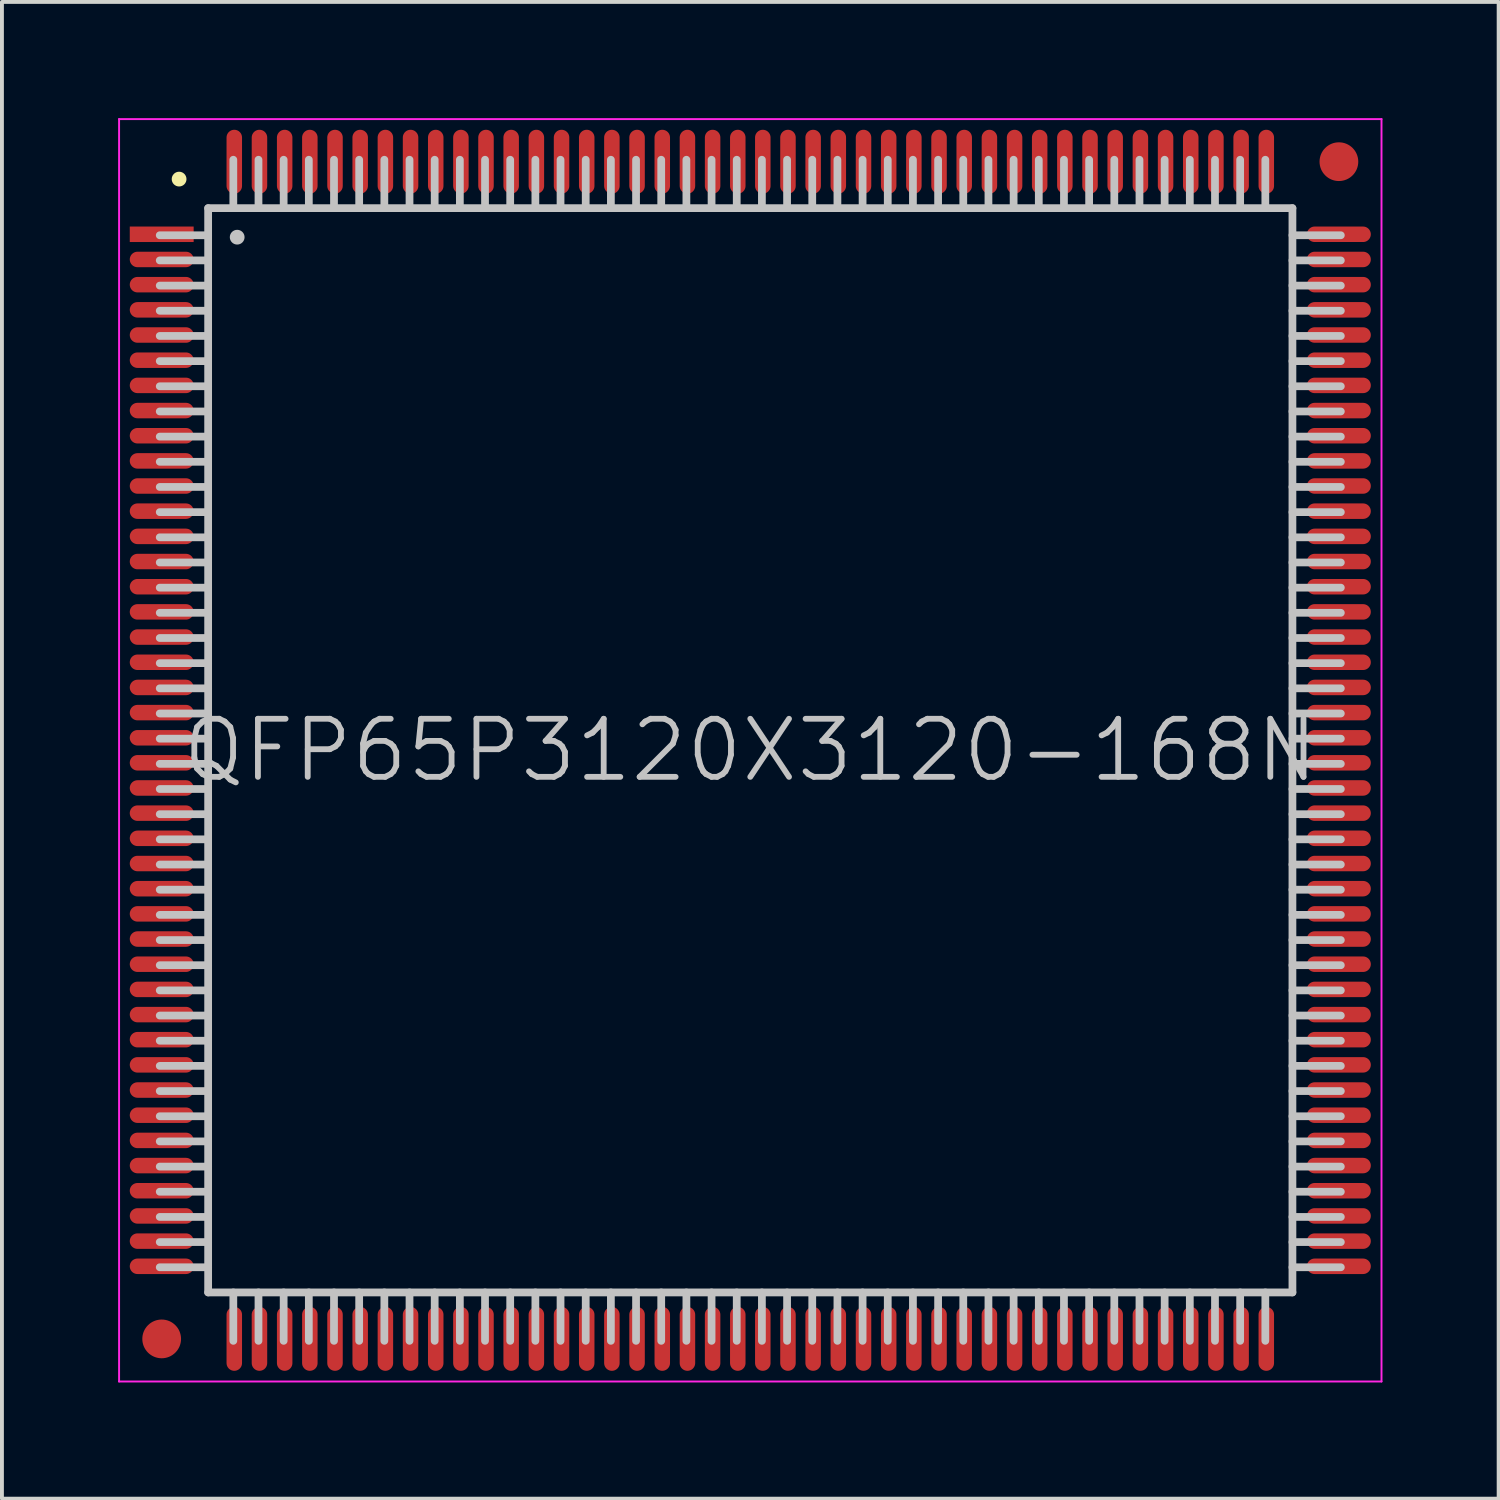
<source format=kicad_pcb>
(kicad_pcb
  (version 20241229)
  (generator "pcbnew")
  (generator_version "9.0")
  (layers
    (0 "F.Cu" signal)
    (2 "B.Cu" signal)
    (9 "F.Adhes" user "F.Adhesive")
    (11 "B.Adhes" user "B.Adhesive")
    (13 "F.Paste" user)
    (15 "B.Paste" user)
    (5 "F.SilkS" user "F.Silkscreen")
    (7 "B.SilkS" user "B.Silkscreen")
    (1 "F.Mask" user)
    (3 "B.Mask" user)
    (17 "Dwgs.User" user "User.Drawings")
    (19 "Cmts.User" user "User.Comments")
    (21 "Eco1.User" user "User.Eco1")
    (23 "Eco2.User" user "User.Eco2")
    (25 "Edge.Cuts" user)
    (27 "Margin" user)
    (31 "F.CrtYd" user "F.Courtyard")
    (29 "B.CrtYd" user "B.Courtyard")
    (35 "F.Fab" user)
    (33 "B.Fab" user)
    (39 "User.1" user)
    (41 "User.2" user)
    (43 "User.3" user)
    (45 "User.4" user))
  (footprint "QFP65P3120X3120-168N"
    (layer "F.Cu")
    (at 16.325 16.325)
    (property "Reference" "QFP65P3120X3120-168N" (at 0 0 0) (layer "Dwgs.User") (effects (font (size 1.5 1.5) (thickness 0.15))))
    (attr smd)
    (fp_line (start -14.75 -14.75) (end -14.75 -14.75) (stroke (width 0.381) (type solid)) (layer "F.SilkS"))
    (fp_line (start -14 -14) (end -14 14) (stroke (width 0.2) (type solid)) (layer "Dwgs.User"))
    (fp_line (start -14 -14) (end 14 -14) (stroke (width 0.2) (type solid)) (layer "Dwgs.User"))
    (fp_line (start -14 -13.3) (end -15.25 -13.3) (stroke (width 0.2) (type solid)) (layer "Dwgs.User"))
    (fp_line (start -14 -12.65) (end -15.25 -12.65) (stroke (width 0.2) (type solid)) (layer "Dwgs.User"))
    (fp_line (start -14 -12) (end -15.25 -12) (stroke (width 0.2) (type solid)) (layer "Dwgs.User"))
    (fp_line (start -14 -11.35) (end -15.25 -11.35) (stroke (width 0.2) (type solid)) (layer "Dwgs.User"))
    (fp_line (start -14 -10.7) (end -15.25 -10.7) (stroke (width 0.2) (type solid)) (layer "Dwgs.User"))
    (fp_line (start -14 -10.05) (end -15.25 -10.05) (stroke (width 0.2) (type solid)) (layer "Dwgs.User"))
    (fp_line (start -14 -9.4) (end -15.25 -9.4) (stroke (width 0.2) (type solid)) (layer "Dwgs.User"))
    (fp_line (start -14 -8.75) (end -15.25 -8.75) (stroke (width 0.2) (type solid)) (layer "Dwgs.User"))
    (fp_line (start -14 -8.1) (end -15.25 -8.1) (stroke (width 0.2) (type solid)) (layer "Dwgs.User"))
    (fp_line (start -14 -7.45) (end -15.25 -7.45) (stroke (width 0.2) (type solid)) (layer "Dwgs.User"))
    (fp_line (start -14 -6.8) (end -15.25 -6.8) (stroke (width 0.2) (type solid)) (layer "Dwgs.User"))
    (fp_line (start -14 -6.15) (end -15.25 -6.15) (stroke (width 0.2) (type solid)) (layer "Dwgs.User"))
    (fp_line (start -14 -5.5) (end -15.25 -5.5) (stroke (width 0.2) (type solid)) (layer "Dwgs.User"))
    (fp_line (start -14 -4.85) (end -15.25 -4.85) (stroke (width 0.2) (type solid)) (layer "Dwgs.User"))
    (fp_line (start -14 -4.2) (end -15.25 -4.2) (stroke (width 0.2) (type solid)) (layer "Dwgs.User"))
    (fp_line (start -14 -3.55) (end -15.25 -3.55) (stroke (width 0.2) (type solid)) (layer "Dwgs.User"))
    (fp_line (start -14 -2.9) (end -15.25 -2.9) (stroke (width 0.2) (type solid)) (layer "Dwgs.User"))
    (fp_line (start -14 -2.25) (end -15.25 -2.25) (stroke (width 0.2) (type solid)) (layer "Dwgs.User"))
    (fp_line (start -14 -1.6) (end -15.25 -1.6) (stroke (width 0.2) (type solid)) (layer "Dwgs.User"))
    (fp_line (start -14 -0.95) (end -15.25 -0.95) (stroke (width 0.2) (type solid)) (layer "Dwgs.User"))
    (fp_line (start -14 -0.3) (end -15.25 -0.3) (stroke (width 0.2) (type solid)) (layer "Dwgs.User"))
    (fp_line (start -14 0.35) (end -15.25 0.35) (stroke (width 0.2) (type solid)) (layer "Dwgs.User"))
    (fp_line (start -14 1) (end -15.25 1) (stroke (width 0.2) (type solid)) (layer "Dwgs.User"))
    (fp_line (start -14 1.65) (end -15.25 1.65) (stroke (width 0.2) (type solid)) (layer "Dwgs.User"))
    (fp_line (start -14 2.3) (end -15.25 2.3) (stroke (width 0.2) (type solid)) (layer "Dwgs.User"))
    (fp_line (start -14 2.95) (end -15.25 2.95) (stroke (width 0.2) (type solid)) (layer "Dwgs.User"))
    (fp_line (start -14 3.6) (end -15.25 3.6) (stroke (width 0.2) (type solid)) (layer "Dwgs.User"))
    (fp_line (start -14 4.25) (end -15.25 4.25) (stroke (width 0.2) (type solid)) (layer "Dwgs.User"))
    (fp_line (start -14 4.9) (end -15.25 4.9) (stroke (width 0.2) (type solid)) (layer "Dwgs.User"))
    (fp_line (start -14 5.55) (end -15.25 5.55) (stroke (width 0.2) (type solid)) (layer "Dwgs.User"))
    (fp_line (start -14 6.2) (end -15.25 6.2) (stroke (width 0.2) (type solid)) (layer "Dwgs.User"))
    (fp_line (start -14 6.85) (end -15.25 6.85) (stroke (width 0.2) (type solid)) (layer "Dwgs.User"))
    (fp_line (start -14 7.5) (end -15.25 7.5) (stroke (width 0.2) (type solid)) (layer "Dwgs.User"))
    (fp_line (start -14 8.15) (end -15.25 8.15) (stroke (width 0.2) (type solid)) (layer "Dwgs.User"))
    (fp_line (start -14 8.8) (end -15.25 8.8) (stroke (width 0.2) (type solid)) (layer "Dwgs.User"))
    (fp_line (start -14 9.45) (end -15.25 9.45) (stroke (width 0.2) (type solid)) (layer "Dwgs.User"))
    (fp_line (start -14 10.1) (end -15.25 10.1) (stroke (width 0.2) (type solid)) (layer "Dwgs.User"))
    (fp_line (start -14 10.75) (end -15.25 10.75) (stroke (width 0.2) (type solid)) (layer "Dwgs.User"))
    (fp_line (start -14 11.4) (end -15.25 11.4) (stroke (width 0.2) (type solid)) (layer "Dwgs.User"))
    (fp_line (start -14 12.05) (end -15.25 12.05) (stroke (width 0.2) (type solid)) (layer "Dwgs.User"))
    (fp_line (start -14 12.7) (end -15.25 12.7) (stroke (width 0.2) (type solid)) (layer "Dwgs.User"))
    (fp_line (start -14 13.35) (end -15.25 13.35) (stroke (width 0.2) (type solid)) (layer "Dwgs.User"))
    (fp_line (start -14 14) (end 14 14) (stroke (width 0.2) (type solid)) (layer "Dwgs.User"))
    (fp_line (start -13.35 -15.25) (end -13.35 -14) (stroke (width 0.2) (type solid)) (layer "Dwgs.User"))
    (fp_line (start -13.35 14) (end -13.35 15.25) (stroke (width 0.2) (type solid)) (layer "Dwgs.User"))
    (fp_line (start -13.25 -13.25) (end -13.25 -13.25) (stroke (width 0.381) (type solid)) (layer "Dwgs.User"))
    (fp_line (start -12.7 -15.25) (end -12.7 -14) (stroke (width 0.2) (type solid)) (layer "Dwgs.User"))
    (fp_line (start -12.7 14) (end -12.7 15.25) (stroke (width 0.2) (type solid)) (layer "Dwgs.User"))
    (fp_line (start -12.05 -15.25) (end -12.05 -14) (stroke (width 0.2) (type solid)) (layer "Dwgs.User"))
    (fp_line (start -12.05 14) (end -12.05 15.25) (stroke (width 0.2) (type solid)) (layer "Dwgs.User"))
    (fp_line (start -11.4 -15.25) (end -11.4 -14) (stroke (width 0.2) (type solid)) (layer "Dwgs.User"))
    (fp_line (start -11.4 14) (end -11.4 15.25) (stroke (width 0.2) (type solid)) (layer "Dwgs.User"))
    (fp_line (start -10.75 -15.25) (end -10.75 -14) (stroke (width 0.2) (type solid)) (layer "Dwgs.User"))
    (fp_line (start -10.75 14) (end -10.75 15.25) (stroke (width 0.2) (type solid)) (layer "Dwgs.User"))
    (fp_line (start -10.1 -15.25) (end -10.1 -14) (stroke (width 0.2) (type solid)) (layer "Dwgs.User"))
    (fp_line (start -10.1 14) (end -10.1 15.25) (stroke (width 0.2) (type solid)) (layer "Dwgs.User"))
    (fp_line (start -9.45 -15.25) (end -9.45 -14) (stroke (width 0.2) (type solid)) (layer "Dwgs.User"))
    (fp_line (start -9.45 14) (end -9.45 15.25) (stroke (width 0.2) (type solid)) (layer "Dwgs.User"))
    (fp_line (start -8.8 -15.25) (end -8.8 -14) (stroke (width 0.2) (type solid)) (layer "Dwgs.User"))
    (fp_line (start -8.8 14) (end -8.8 15.25) (stroke (width 0.2) (type solid)) (layer "Dwgs.User"))
    (fp_line (start -8.15 -15.25) (end -8.15 -14) (stroke (width 0.2) (type solid)) (layer "Dwgs.User"))
    (fp_line (start -8.15 14) (end -8.15 15.25) (stroke (width 0.2) (type solid)) (layer "Dwgs.User"))
    (fp_line (start -7.5 -15.25) (end -7.5 -14) (stroke (width 0.2) (type solid)) (layer "Dwgs.User"))
    (fp_line (start -7.5 14) (end -7.5 15.25) (stroke (width 0.2) (type solid)) (layer "Dwgs.User"))
    (fp_line (start -6.85 -15.25) (end -6.85 -14) (stroke (width 0.2) (type solid)) (layer "Dwgs.User"))
    (fp_line (start -6.85 14) (end -6.85 15.25) (stroke (width 0.2) (type solid)) (layer "Dwgs.User"))
    (fp_line (start -6.2 -15.25) (end -6.2 -14) (stroke (width 0.2) (type solid)) (layer "Dwgs.User"))
    (fp_line (start -6.2 14) (end -6.2 15.25) (stroke (width 0.2) (type solid)) (layer "Dwgs.User"))
    (fp_line (start -5.55 -15.25) (end -5.55 -14) (stroke (width 0.2) (type solid)) (layer "Dwgs.User"))
    (fp_line (start -5.55 14) (end -5.55 15.25) (stroke (width 0.2) (type solid)) (layer "Dwgs.User"))
    (fp_line (start -4.9 -15.25) (end -4.9 -14) (stroke (width 0.2) (type solid)) (layer "Dwgs.User"))
    (fp_line (start -4.9 14) (end -4.9 15.25) (stroke (width 0.2) (type solid)) (layer "Dwgs.User"))
    (fp_line (start -4.25 -15.25) (end -4.25 -14) (stroke (width 0.2) (type solid)) (layer "Dwgs.User"))
    (fp_line (start -4.25 14) (end -4.25 15.25) (stroke (width 0.2) (type solid)) (layer "Dwgs.User"))
    (fp_line (start -3.6 -15.25) (end -3.6 -14) (stroke (width 0.2) (type solid)) (layer "Dwgs.User"))
    (fp_line (start -3.6 14) (end -3.6 15.25) (stroke (width 0.2) (type solid)) (layer "Dwgs.User"))
    (fp_line (start -2.95 -15.25) (end -2.95 -14) (stroke (width 0.2) (type solid)) (layer "Dwgs.User"))
    (fp_line (start -2.95 14) (end -2.95 15.25) (stroke (width 0.2) (type solid)) (layer "Dwgs.User"))
    (fp_line (start -2.3 -15.25) (end -2.3 -14) (stroke (width 0.2) (type solid)) (layer "Dwgs.User"))
    (fp_line (start -2.3 14) (end -2.3 15.25) (stroke (width 0.2) (type solid)) (layer "Dwgs.User"))
    (fp_line (start -1.65 -15.25) (end -1.65 -14) (stroke (width 0.2) (type solid)) (layer "Dwgs.User"))
    (fp_line (start -1.65 14) (end -1.65 15.25) (stroke (width 0.2) (type solid)) (layer "Dwgs.User"))
    (fp_line (start -1 -15.25) (end -1 -14) (stroke (width 0.2) (type solid)) (layer "Dwgs.User"))
    (fp_line (start -1 14) (end -1 15.25) (stroke (width 0.2) (type solid)) (layer "Dwgs.User"))
    (fp_line (start -0.35 -15.25) (end -0.35 -14) (stroke (width 0.2) (type solid)) (layer "Dwgs.User"))
    (fp_line (start -0.35 14) (end -0.35 15.25) (stroke (width 0.2) (type solid)) (layer "Dwgs.User"))
    (fp_line (start 0.3 -15.25) (end 0.3 -14) (stroke (width 0.2) (type solid)) (layer "Dwgs.User"))
    (fp_line (start 0.3 14) (end 0.3 15.25) (stroke (width 0.2) (type solid)) (layer "Dwgs.User"))
    (fp_line (start 0.95 -15.25) (end 0.95 -14) (stroke (width 0.2) (type solid)) (layer "Dwgs.User"))
    (fp_line (start 0.95 14) (end 0.95 15.25) (stroke (width 0.2) (type solid)) (layer "Dwgs.User"))
    (fp_line (start 1.6 -15.25) (end 1.6 -14) (stroke (width 0.2) (type solid)) (layer "Dwgs.User"))
    (fp_line (start 1.6 14) (end 1.6 15.25) (stroke (width 0.2) (type solid)) (layer "Dwgs.User"))
    (fp_line (start 2.25 -15.25) (end 2.25 -14) (stroke (width 0.2) (type solid)) (layer "Dwgs.User"))
    (fp_line (start 2.25 14) (end 2.25 15.25) (stroke (width 0.2) (type solid)) (layer "Dwgs.User"))
    (fp_line (start 2.9 -15.25) (end 2.9 -14) (stroke (width 0.2) (type solid)) (layer "Dwgs.User"))
    (fp_line (start 2.9 14) (end 2.9 15.25) (stroke (width 0.2) (type solid)) (layer "Dwgs.User"))
    (fp_line (start 3.55 -15.25) (end 3.55 -14) (stroke (width 0.2) (type solid)) (layer "Dwgs.User"))
    (fp_line (start 3.55 14) (end 3.55 15.25) (stroke (width 0.2) (type solid)) (layer "Dwgs.User"))
    (fp_line (start 4.2 -15.25) (end 4.2 -14) (stroke (width 0.2) (type solid)) (layer "Dwgs.User"))
    (fp_line (start 4.2 14) (end 4.2 15.25) (stroke (width 0.2) (type solid)) (layer "Dwgs.User"))
    (fp_line (start 4.85 -15.25) (end 4.85 -14) (stroke (width 0.2) (type solid)) (layer "Dwgs.User"))
    (fp_line (start 4.85 14) (end 4.85 15.25) (stroke (width 0.2) (type solid)) (layer "Dwgs.User"))
    (fp_line (start 5.5 -15.25) (end 5.5 -14) (stroke (width 0.2) (type solid)) (layer "Dwgs.User"))
    (fp_line (start 5.5 14) (end 5.5 15.25) (stroke (width 0.2) (type solid)) (layer "Dwgs.User"))
    (fp_line (start 6.15 -15.25) (end 6.15 -14) (stroke (width 0.2) (type solid)) (layer "Dwgs.User"))
    (fp_line (start 6.15 14) (end 6.15 15.25) (stroke (width 0.2) (type solid)) (layer "Dwgs.User"))
    (fp_line (start 6.8 -15.25) (end 6.8 -14) (stroke (width 0.2) (type solid)) (layer "Dwgs.User"))
    (fp_line (start 6.8 14) (end 6.8 15.25) (stroke (width 0.2) (type solid)) (layer "Dwgs.User"))
    (fp_line (start 7.45 -15.25) (end 7.45 -14) (stroke (width 0.2) (type solid)) (layer "Dwgs.User"))
    (fp_line (start 7.45 14) (end 7.45 15.25) (stroke (width 0.2) (type solid)) (layer "Dwgs.User"))
    (fp_line (start 8.1 -15.25) (end 8.1 -14) (stroke (width 0.2) (type solid)) (layer "Dwgs.User"))
    (fp_line (start 8.1 14) (end 8.1 15.25) (stroke (width 0.2) (type solid)) (layer "Dwgs.User"))
    (fp_line (start 8.75 -15.25) (end 8.75 -14) (stroke (width 0.2) (type solid)) (layer "Dwgs.User"))
    (fp_line (start 8.75 14) (end 8.75 15.25) (stroke (width 0.2) (type solid)) (layer "Dwgs.User"))
    (fp_line (start 9.4 -15.25) (end 9.4 -14) (stroke (width 0.2) (type solid)) (layer "Dwgs.User"))
    (fp_line (start 9.4 14) (end 9.4 15.25) (stroke (width 0.2) (type solid)) (layer "Dwgs.User"))
    (fp_line (start 10.05 -15.25) (end 10.05 -14) (stroke (width 0.2) (type solid)) (layer "Dwgs.User"))
    (fp_line (start 10.05 14) (end 10.05 15.25) (stroke (width 0.2) (type solid)) (layer "Dwgs.User"))
    (fp_line (start 10.7 -15.25) (end 10.7 -14) (stroke (width 0.2) (type solid)) (layer "Dwgs.User"))
    (fp_line (start 10.7 14) (end 10.7 15.25) (stroke (width 0.2) (type solid)) (layer "Dwgs.User"))
    (fp_line (start 11.35 -15.25) (end 11.35 -14) (stroke (width 0.2) (type solid)) (layer "Dwgs.User"))
    (fp_line (start 11.35 14) (end 11.35 15.25) (stroke (width 0.2) (type solid)) (layer "Dwgs.User"))
    (fp_line (start 12 -15.25) (end 12 -14) (stroke (width 0.2) (type solid)) (layer "Dwgs.User"))
    (fp_line (start 12 14) (end 12 15.25) (stroke (width 0.2) (type solid)) (layer "Dwgs.User"))
    (fp_line (start 12.65 -15.25) (end 12.65 -14) (stroke (width 0.2) (type solid)) (layer "Dwgs.User"))
    (fp_line (start 12.65 14) (end 12.65 15.25) (stroke (width 0.2) (type solid)) (layer "Dwgs.User"))
    (fp_line (start 13.3 -15.25) (end 13.3 -14) (stroke (width 0.2) (type solid)) (layer "Dwgs.User"))
    (fp_line (start 13.3 14) (end 13.3 15.25) (stroke (width 0.2) (type solid)) (layer "Dwgs.User"))
    (fp_line (start 14 -14) (end 14 14) (stroke (width 0.2) (type solid)) (layer "Dwgs.User"))
    (fp_line (start 15.25 -13.3) (end 14 -13.3) (stroke (width 0.2) (type solid)) (layer "Dwgs.User"))
    (fp_line (start 15.25 -12.65) (end 14 -12.65) (stroke (width 0.2) (type solid)) (layer "Dwgs.User"))
    (fp_line (start 15.25 -12) (end 14 -12) (stroke (width 0.2) (type solid)) (layer "Dwgs.User"))
    (fp_line (start 15.25 -11.35) (end 14 -11.35) (stroke (width 0.2) (type solid)) (layer "Dwgs.User"))
    (fp_line (start 15.25 -10.7) (end 14 -10.7) (stroke (width 0.2) (type solid)) (layer "Dwgs.User"))
    (fp_line (start 15.25 -10.05) (end 14 -10.05) (stroke (width 0.2) (type solid)) (layer "Dwgs.User"))
    (fp_line (start 15.25 -9.4) (end 14 -9.4) (stroke (width 0.2) (type solid)) (layer "Dwgs.User"))
    (fp_line (start 15.25 -8.75) (end 14 -8.75) (stroke (width 0.2) (type solid)) (layer "Dwgs.User"))
    (fp_line (start 15.25 -8.1) (end 14 -8.1) (stroke (width 0.2) (type solid)) (layer "Dwgs.User"))
    (fp_line (start 15.25 -7.45) (end 14 -7.45) (stroke (width 0.2) (type solid)) (layer "Dwgs.User"))
    (fp_line (start 15.25 -6.8) (end 14 -6.8) (stroke (width 0.2) (type solid)) (layer "Dwgs.User"))
    (fp_line (start 15.25 -6.15) (end 14 -6.15) (stroke (width 0.2) (type solid)) (layer "Dwgs.User"))
    (fp_line (start 15.25 -5.5) (end 14 -5.5) (stroke (width 0.2) (type solid)) (layer "Dwgs.User"))
    (fp_line (start 15.25 -4.85) (end 14 -4.85) (stroke (width 0.2) (type solid)) (layer "Dwgs.User"))
    (fp_line (start 15.25 -4.2) (end 14 -4.2) (stroke (width 0.2) (type solid)) (layer "Dwgs.User"))
    (fp_line (start 15.25 -3.55) (end 14 -3.55) (stroke (width 0.2) (type solid)) (layer "Dwgs.User"))
    (fp_line (start 15.25 -2.9) (end 14 -2.9) (stroke (width 0.2) (type solid)) (layer "Dwgs.User"))
    (fp_line (start 15.25 -2.25) (end 14 -2.25) (stroke (width 0.2) (type solid)) (layer "Dwgs.User"))
    (fp_line (start 15.25 -1.6) (end 14 -1.6) (stroke (width 0.2) (type solid)) (layer "Dwgs.User"))
    (fp_line (start 15.25 -0.95) (end 14 -0.95) (stroke (width 0.2) (type solid)) (layer "Dwgs.User"))
    (fp_line (start 15.25 -0.3) (end 14 -0.3) (stroke (width 0.2) (type solid)) (layer "Dwgs.User"))
    (fp_line (start 15.25 0.35) (end 14 0.35) (stroke (width 0.2) (type solid)) (layer "Dwgs.User"))
    (fp_line (start 15.25 1) (end 14 1) (stroke (width 0.2) (type solid)) (layer "Dwgs.User"))
    (fp_line (start 15.25 1.65) (end 14 1.65) (stroke (width 0.2) (type solid)) (layer "Dwgs.User"))
    (fp_line (start 15.25 2.3) (end 14 2.3) (stroke (width 0.2) (type solid)) (layer "Dwgs.User"))
    (fp_line (start 15.25 2.95) (end 14 2.95) (stroke (width 0.2) (type solid)) (layer "Dwgs.User"))
    (fp_line (start 15.25 3.6) (end 14 3.6) (stroke (width 0.2) (type solid)) (layer "Dwgs.User"))
    (fp_line (start 15.25 4.25) (end 14 4.25) (stroke (width 0.2) (type solid)) (layer "Dwgs.User"))
    (fp_line (start 15.25 4.9) (end 14 4.9) (stroke (width 0.2) (type solid)) (layer "Dwgs.User"))
    (fp_line (start 15.25 5.55) (end 14 5.55) (stroke (width 0.2) (type solid)) (layer "Dwgs.User"))
    (fp_line (start 15.25 6.2) (end 14 6.2) (stroke (width 0.2) (type solid)) (layer "Dwgs.User"))
    (fp_line (start 15.25 6.85) (end 14 6.85) (stroke (width 0.2) (type solid)) (layer "Dwgs.User"))
    (fp_line (start 15.25 7.5) (end 14 7.5) (stroke (width 0.2) (type solid)) (layer "Dwgs.User"))
    (fp_line (start 15.25 8.15) (end 14 8.15) (stroke (width 0.2) (type solid)) (layer "Dwgs.User"))
    (fp_line (start 15.25 8.8) (end 14 8.8) (stroke (width 0.2) (type solid)) (layer "Dwgs.User"))
    (fp_line (start 15.25 9.45) (end 14 9.45) (stroke (width 0.2) (type solid)) (layer "Dwgs.User"))
    (fp_line (start 15.25 10.1) (end 14 10.1) (stroke (width 0.2) (type solid)) (layer "Dwgs.User"))
    (fp_line (start 15.25 10.75) (end 14 10.75) (stroke (width 0.2) (type solid)) (layer "Dwgs.User"))
    (fp_line (start 15.25 11.4) (end 14 11.4) (stroke (width 0.2) (type solid)) (layer "Dwgs.User"))
    (fp_line (start 15.25 12.05) (end 14 12.05) (stroke (width 0.2) (type solid)) (layer "Dwgs.User"))
    (fp_line (start 15.25 12.7) (end 14 12.7) (stroke (width 0.2) (type solid)) (layer "Dwgs.User"))
    (fp_line (start 15.25 13.35) (end 14 13.35) (stroke (width 0.2) (type solid)) (layer "Dwgs.User"))
    (fp_line (start -16.3 -16.3) (end -16.3 16.3) (stroke (width 0.05) (type solid)) (layer "F.CrtYd"))
    (fp_line (start -16.3 -16.3) (end 16.3 -16.3) (stroke (width 0.05) (type solid)) (layer "F.CrtYd"))
    (fp_line (start -16.3 16.3) (end 16.3 16.3) (stroke (width 0.05) (type solid)) (layer "F.CrtYd"))
    (fp_line (start 16.3 -16.3) (end 16.3 16.3) (stroke (width 0.05) (type solid)) (layer "F.CrtYd"))
    (pad "" smd circle (at -15.2 15.2) (size 1 1) (layers "F.Cu" "F.Mask"))
    (pad "" smd circle (at 15.2 -15.2) (size 1 1) (layers "F.Cu" "F.Mask"))
    (pad "1" smd rect (at -15.199 -13.325 90) (size 0.4 1.65) (layers "F.Cu" "F.Mask" "F.Paste"))
    (pad "2" smd oval (at -15.199 -12.675 90) (size 0.4 1.65) (layers "F.Cu" "F.Mask" "F.Paste"))
    (pad "3" smd oval (at -15.199 -12.024 90) (size 0.4 1.65) (layers "F.Cu" "F.Mask" "F.Paste"))
    (pad "4" smd oval (at -15.199 -11.374 90) (size 0.4 1.65) (layers "F.Cu" "F.Mask" "F.Paste"))
    (pad "5" smd oval (at -15.199 -10.724 90) (size 0.4 1.65) (layers "F.Cu" "F.Mask" "F.Paste"))
    (pad "6" smd oval (at -15.199 -10.074 90) (size 0.4 1.65) (layers "F.Cu" "F.Mask" "F.Paste"))
    (pad "7" smd oval (at -15.199 -9.423 90) (size 0.4 1.65) (layers "F.Cu" "F.Mask" "F.Paste"))
    (pad "8" smd oval (at -15.199 -8.773 90) (size 0.4 1.65) (layers "F.Cu" "F.Mask" "F.Paste"))
    (pad "9" smd oval (at -15.199 -8.123 90) (size 0.4 1.65) (layers "F.Cu" "F.Mask" "F.Paste"))
    (pad "10" smd oval (at -15.199 -7.473 90) (size 0.4 1.65) (layers "F.Cu" "F.Mask" "F.Paste"))
    (pad "11" smd oval (at -15.199 -6.825 90) (size 0.4 1.65) (layers "F.Cu" "F.Mask" "F.Paste"))
    (pad "12" smd oval (at -15.199 -6.175 90) (size 0.4 1.65) (layers "F.Cu" "F.Mask" "F.Paste"))
    (pad "13" smd oval (at -15.199 -5.524 90) (size 0.4 1.65) (layers "F.Cu" "F.Mask" "F.Paste"))
    (pad "14" smd oval (at -15.199 -4.874 90) (size 0.4 1.65) (layers "F.Cu" "F.Mask" "F.Paste"))
    (pad "15" smd oval (at -15.199 -4.224 90) (size 0.4 1.65) (layers "F.Cu" "F.Mask" "F.Paste"))
    (pad "16" smd oval (at -15.199 -3.574 90) (size 0.4 1.65) (layers "F.Cu" "F.Mask" "F.Paste"))
    (pad "17" smd oval (at -15.199 -2.924 90) (size 0.4 1.65) (layers "F.Cu" "F.Mask" "F.Paste"))
    (pad "18" smd oval (at -15.199 -2.273 90) (size 0.4 1.65) (layers "F.Cu" "F.Mask" "F.Paste"))
    (pad "19" smd oval (at -15.199 -1.623 90) (size 0.4 1.65) (layers "F.Cu" "F.Mask" "F.Paste"))
    (pad "20" smd oval (at -15.199 -0.973 90) (size 0.4 1.65) (layers "F.Cu" "F.Mask" "F.Paste"))
    (pad "21" smd oval (at -15.199 -0.323 90) (size 0.4 1.65) (layers "F.Cu" "F.Mask" "F.Paste"))
    (pad "22" smd oval (at -15.199 0.323 90) (size 0.4 1.65) (layers "F.Cu" "F.Mask" "F.Paste"))
    (pad "23" smd oval (at -15.199 0.973 90) (size 0.4 1.65) (layers "F.Cu" "F.Mask" "F.Paste"))
    (pad "24" smd oval (at -15.199 1.623 90) (size 0.4 1.65) (layers "F.Cu" "F.Mask" "F.Paste"))
    (pad "25" smd oval (at -15.199 2.273 90) (size 0.4 1.65) (layers "F.Cu" "F.Mask" "F.Paste"))
    (pad "26" smd oval (at -15.199 2.924 90) (size 0.4 1.65) (layers "F.Cu" "F.Mask" "F.Paste"))
    (pad "27" smd oval (at -15.199 3.574 90) (size 0.4 1.65) (layers "F.Cu" "F.Mask" "F.Paste"))
    (pad "28" smd oval (at -15.199 4.224 90) (size 0.4 1.65) (layers "F.Cu" "F.Mask" "F.Paste"))
    (pad "29" smd oval (at -15.199 4.874 90) (size 0.4 1.65) (layers "F.Cu" "F.Mask" "F.Paste"))
    (pad "30" smd oval (at -15.199 5.524 90) (size 0.4 1.65) (layers "F.Cu" "F.Mask" "F.Paste"))
    (pad "31" smd oval (at -15.199 6.175 90) (size 0.4 1.65) (layers "F.Cu" "F.Mask" "F.Paste"))
    (pad "32" smd oval (at -15.199 6.825 90) (size 0.4 1.65) (layers "F.Cu" "F.Mask" "F.Paste"))
    (pad "33" smd oval (at -15.199 7.473 90) (size 0.4 1.65) (layers "F.Cu" "F.Mask" "F.Paste"))
    (pad "34" smd oval (at -15.199 8.123 90) (size 0.4 1.65) (layers "F.Cu" "F.Mask" "F.Paste"))
    (pad "35" smd oval (at -15.199 8.773 90) (size 0.4 1.65) (layers "F.Cu" "F.Mask" "F.Paste"))
    (pad "36" smd oval (at -15.199 9.423 90) (size 0.4 1.65) (layers "F.Cu" "F.Mask" "F.Paste"))
    (pad "37" smd oval (at -15.199 10.074 90) (size 0.4 1.65) (layers "F.Cu" "F.Mask" "F.Paste"))
    (pad "38" smd oval (at -15.199 10.724 90) (size 0.4 1.65) (layers "F.Cu" "F.Mask" "F.Paste"))
    (pad "39" smd oval (at -15.199 11.374 90) (size 0.4 1.65) (layers "F.Cu" "F.Mask" "F.Paste"))
    (pad "40" smd oval (at -15.199 12.024 90) (size 0.4 1.65) (layers "F.Cu" "F.Mask" "F.Paste"))
    (pad "41" smd oval (at -15.199 12.675 90) (size 0.4 1.65) (layers "F.Cu" "F.Mask" "F.Paste"))
    (pad "42" smd oval (at -15.199 13.325 90) (size 0.4 1.65) (layers "F.Cu" "F.Mask" "F.Paste"))
    (pad "43" smd oval (at -13.325 15.199 180) (size 0.4 1.65) (layers "F.Cu" "F.Mask" "F.Paste"))
    (pad "44" smd oval (at -12.675 15.199 180) (size 0.4 1.65) (layers "F.Cu" "F.Mask" "F.Paste"))
    (pad "45" smd oval (at -12.024 15.199 180) (size 0.4 1.65) (layers "F.Cu" "F.Mask" "F.Paste"))
    (pad "46" smd oval (at -11.374 15.199 180) (size 0.4 1.65) (layers "F.Cu" "F.Mask" "F.Paste"))
    (pad "47" smd oval (at -10.724 15.199 180) (size 0.4 1.65) (layers "F.Cu" "F.Mask" "F.Paste"))
    (pad "48" smd oval (at -10.074 15.199 180) (size 0.4 1.65) (layers "F.Cu" "F.Mask" "F.Paste"))
    (pad "49" smd oval (at -9.423 15.199 180) (size 0.4 1.65) (layers "F.Cu" "F.Mask" "F.Paste"))
    (pad "50" smd oval (at -8.773 15.199 180) (size 0.4 1.65) (layers "F.Cu" "F.Mask" "F.Paste"))
    (pad "51" smd oval (at -8.123 15.199 180) (size 0.4 1.65) (layers "F.Cu" "F.Mask" "F.Paste"))
    (pad "52" smd oval (at -7.473 15.199 180) (size 0.4 1.65) (layers "F.Cu" "F.Mask" "F.Paste"))
    (pad "53" smd oval (at -6.825 15.199 180) (size 0.4 1.65) (layers "F.Cu" "F.Mask" "F.Paste"))
    (pad "54" smd oval (at -6.175 15.199 180) (size 0.4 1.65) (layers "F.Cu" "F.Mask" "F.Paste"))
    (pad "55" smd oval (at -5.524 15.199 180) (size 0.4 1.65) (layers "F.Cu" "F.Mask" "F.Paste"))
    (pad "56" smd oval (at -4.874 15.199 180) (size 0.4 1.65) (layers "F.Cu" "F.Mask" "F.Paste"))
    (pad "57" smd oval (at -4.224 15.199 180) (size 0.4 1.65) (layers "F.Cu" "F.Mask" "F.Paste"))
    (pad "58" smd oval (at -3.574 15.199 180) (size 0.4 1.65) (layers "F.Cu" "F.Mask" "F.Paste"))
    (pad "59" smd oval (at -2.924 15.199 180) (size 0.4 1.65) (layers "F.Cu" "F.Mask" "F.Paste"))
    (pad "60" smd oval (at -2.273 15.199 180) (size 0.4 1.65) (layers "F.Cu" "F.Mask" "F.Paste"))
    (pad "61" smd oval (at -1.623 15.199 180) (size 0.4 1.65) (layers "F.Cu" "F.Mask" "F.Paste"))
    (pad "62" smd oval (at -0.973 15.199 180) (size 0.4 1.65) (layers "F.Cu" "F.Mask" "F.Paste"))
    (pad "63" smd oval (at -0.323 15.199 180) (size 0.4 1.65) (layers "F.Cu" "F.Mask" "F.Paste"))
    (pad "64" smd oval (at 0.323 15.199 180) (size 0.4 1.65) (layers "F.Cu" "F.Mask" "F.Paste"))
    (pad "65" smd oval (at 0.973 15.199 180) (size 0.4 1.65) (layers "F.Cu" "F.Mask" "F.Paste"))
    (pad "66" smd oval (at 1.623 15.199 180) (size 0.4 1.65) (layers "F.Cu" "F.Mask" "F.Paste"))
    (pad "67" smd oval (at 2.273 15.199 180) (size 0.4 1.65) (layers "F.Cu" "F.Mask" "F.Paste"))
    (pad "68" smd oval (at 2.924 15.199 180) (size 0.4 1.65) (layers "F.Cu" "F.Mask" "F.Paste"))
    (pad "69" smd oval (at 3.574 15.199 180) (size 0.4 1.65) (layers "F.Cu" "F.Mask" "F.Paste"))
    (pad "70" smd oval (at 4.224 15.199 180) (size 0.4 1.65) (layers "F.Cu" "F.Mask" "F.Paste"))
    (pad "71" smd oval (at 4.874 15.199 180) (size 0.4 1.65) (layers "F.Cu" "F.Mask" "F.Paste"))
    (pad "72" smd oval (at 5.524 15.199 180) (size 0.4 1.65) (layers "F.Cu" "F.Mask" "F.Paste"))
    (pad "73" smd oval (at 6.175 15.199 180) (size 0.4 1.65) (layers "F.Cu" "F.Mask" "F.Paste"))
    (pad "74" smd oval (at 6.825 15.199 180) (size 0.4 1.65) (layers "F.Cu" "F.Mask" "F.Paste"))
    (pad "75" smd oval (at 7.473 15.199 180) (size 0.4 1.65) (layers "F.Cu" "F.Mask" "F.Paste"))
    (pad "76" smd oval (at 8.123 15.199 180) (size 0.4 1.65) (layers "F.Cu" "F.Mask" "F.Paste"))
    (pad "77" smd oval (at 8.773 15.199 180) (size 0.4 1.65) (layers "F.Cu" "F.Mask" "F.Paste"))
    (pad "78" smd oval (at 9.423 15.199 180) (size 0.4 1.65) (layers "F.Cu" "F.Mask" "F.Paste"))
    (pad "79" smd oval (at 10.074 15.199 180) (size 0.4 1.65) (layers "F.Cu" "F.Mask" "F.Paste"))
    (pad "80" smd oval (at 10.724 15.199 180) (size 0.4 1.65) (layers "F.Cu" "F.Mask" "F.Paste"))
    (pad "81" smd oval (at 11.374 15.199 180) (size 0.4 1.65) (layers "F.Cu" "F.Mask" "F.Paste"))
    (pad "82" smd oval (at 12.024 15.199 180) (size 0.4 1.65) (layers "F.Cu" "F.Mask" "F.Paste"))
    (pad "83" smd oval (at 12.675 15.199 180) (size 0.4 1.65) (layers "F.Cu" "F.Mask" "F.Paste"))
    (pad "84" smd oval (at 13.325 15.199 180) (size 0.4 1.65) (layers "F.Cu" "F.Mask" "F.Paste"))
    (pad "85" smd oval (at 15.199 13.325 270) (size 0.4 1.65) (layers "F.Cu" "F.Mask" "F.Paste"))
    (pad "86" smd oval (at 15.199 12.675 270) (size 0.4 1.65) (layers "F.Cu" "F.Mask" "F.Paste"))
    (pad "87" smd oval (at 15.199 12.024 270) (size 0.4 1.65) (layers "F.Cu" "F.Mask" "F.Paste"))
    (pad "88" smd oval (at 15.199 11.374 270) (size 0.4 1.65) (layers "F.Cu" "F.Mask" "F.Paste"))
    (pad "89" smd oval (at 15.199 10.724 270) (size 0.4 1.65) (layers "F.Cu" "F.Mask" "F.Paste"))
    (pad "90" smd oval (at 15.199 10.074 270) (size 0.4 1.65) (layers "F.Cu" "F.Mask" "F.Paste"))
    (pad "91" smd oval (at 15.199 9.423 270) (size 0.4 1.65) (layers "F.Cu" "F.Mask" "F.Paste"))
    (pad "92" smd oval (at 15.199 8.773 270) (size 0.4 1.65) (layers "F.Cu" "F.Mask" "F.Paste"))
    (pad "93" smd oval (at 15.199 8.123 270) (size 0.4 1.65) (layers "F.Cu" "F.Mask" "F.Paste"))
    (pad "94" smd oval (at 15.199 7.473 270) (size 0.4 1.65) (layers "F.Cu" "F.Mask" "F.Paste"))
    (pad "95" smd oval (at 15.199 6.825 270) (size 0.4 1.65) (layers "F.Cu" "F.Mask" "F.Paste"))
    (pad "96" smd oval (at 15.199 6.175 270) (size 0.4 1.65) (layers "F.Cu" "F.Mask" "F.Paste"))
    (pad "97" smd oval (at 15.199 5.524 270) (size 0.4 1.65) (layers "F.Cu" "F.Mask" "F.Paste"))
    (pad "98" smd oval (at 15.199 4.874 270) (size 0.4 1.65) (layers "F.Cu" "F.Mask" "F.Paste"))
    (pad "99" smd oval (at 15.199 4.224 270) (size 0.4 1.65) (layers "F.Cu" "F.Mask" "F.Paste"))
    (pad "100" smd oval (at 15.199 3.574 270) (size 0.4 1.65) (layers "F.Cu" "F.Mask" "F.Paste"))
    (pad "101" smd oval (at 15.199 2.924 270) (size 0.4 1.65) (layers "F.Cu" "F.Mask" "F.Paste"))
    (pad "102" smd oval (at 15.199 2.273 270) (size 0.4 1.65) (layers "F.Cu" "F.Mask" "F.Paste"))
    (pad "103" smd oval (at 15.199 1.623 270) (size 0.4 1.65) (layers "F.Cu" "F.Mask" "F.Paste"))
    (pad "104" smd oval (at 15.199 0.973 270) (size 0.4 1.65) (layers "F.Cu" "F.Mask" "F.Paste"))
    (pad "105" smd oval (at 15.199 0.323 270) (size 0.4 1.65) (layers "F.Cu" "F.Mask" "F.Paste"))
    (pad "106" smd oval (at 15.199 -0.323 270) (size 0.4 1.65) (layers "F.Cu" "F.Mask" "F.Paste"))
    (pad "107" smd oval (at 15.199 -0.973 270) (size 0.4 1.65) (layers "F.Cu" "F.Mask" "F.Paste"))
    (pad "108" smd oval (at 15.199 -1.623 270) (size 0.4 1.65) (layers "F.Cu" "F.Mask" "F.Paste"))
    (pad "109" smd oval (at 15.199 -2.273 270) (size 0.4 1.65) (layers "F.Cu" "F.Mask" "F.Paste"))
    (pad "110" smd oval (at 15.199 -2.924 270) (size 0.4 1.65) (layers "F.Cu" "F.Mask" "F.Paste"))
    (pad "111" smd oval (at 15.199 -3.574 270) (size 0.4 1.65) (layers "F.Cu" "F.Mask" "F.Paste"))
    (pad "112" smd oval (at 15.199 -4.224 270) (size 0.4 1.65) (layers "F.Cu" "F.Mask" "F.Paste"))
    (pad "113" smd oval (at 15.199 -4.874 270) (size 0.4 1.65) (layers "F.Cu" "F.Mask" "F.Paste"))
    (pad "114" smd oval (at 15.199 -5.524 270) (size 0.4 1.65) (layers "F.Cu" "F.Mask" "F.Paste"))
    (pad "115" smd oval (at 15.199 -6.175 270) (size 0.4 1.65) (layers "F.Cu" "F.Mask" "F.Paste"))
    (pad "116" smd oval (at 15.199 -6.825 270) (size 0.4 1.65) (layers "F.Cu" "F.Mask" "F.Paste"))
    (pad "117" smd oval (at 15.199 -7.473 270) (size 0.4 1.65) (layers "F.Cu" "F.Mask" "F.Paste"))
    (pad "118" smd oval (at 15.199 -8.123 270) (size 0.4 1.65) (layers "F.Cu" "F.Mask" "F.Paste"))
    (pad "119" smd oval (at 15.199 -8.773 270) (size 0.4 1.65) (layers "F.Cu" "F.Mask" "F.Paste"))
    (pad "120" smd oval (at 15.199 -9.423 270) (size 0.4 1.65) (layers "F.Cu" "F.Mask" "F.Paste"))
    (pad "121" smd oval (at 15.199 -10.074 270) (size 0.4 1.65) (layers "F.Cu" "F.Mask" "F.Paste"))
    (pad "122" smd oval (at 15.199 -10.724 270) (size 0.4 1.65) (layers "F.Cu" "F.Mask" "F.Paste"))
    (pad "123" smd oval (at 15.199 -11.374 270) (size 0.4 1.65) (layers "F.Cu" "F.Mask" "F.Paste"))
    (pad "124" smd oval (at 15.199 -12.024 270) (size 0.4 1.65) (layers "F.Cu" "F.Mask" "F.Paste"))
    (pad "125" smd oval (at 15.199 -12.675 270) (size 0.4 1.65) (layers "F.Cu" "F.Mask" "F.Paste"))
    (pad "126" smd oval (at 15.199 -13.325 270) (size 0.4 1.65) (layers "F.Cu" "F.Mask" "F.Paste"))
    (pad "127" smd oval (at 13.325 -15.199) (size 0.4 1.65) (layers "F.Cu" "F.Mask" "F.Paste"))
    (pad "128" smd oval (at 12.675 -15.199) (size 0.4 1.65) (layers "F.Cu" "F.Mask" "F.Paste"))
    (pad "129" smd oval (at 12.024 -15.199) (size 0.4 1.65) (layers "F.Cu" "F.Mask" "F.Paste"))
    (pad "130" smd oval (at 11.374 -15.199) (size 0.4 1.65) (layers "F.Cu" "F.Mask" "F.Paste"))
    (pad "131" smd oval (at 10.724 -15.199) (size 0.4 1.65) (layers "F.Cu" "F.Mask" "F.Paste"))
    (pad "132" smd oval (at 10.074 -15.199) (size 0.4 1.65) (layers "F.Cu" "F.Mask" "F.Paste"))
    (pad "133" smd oval (at 9.423 -15.199) (size 0.4 1.65) (layers "F.Cu" "F.Mask" "F.Paste"))
    (pad "134" smd oval (at 8.773 -15.199) (size 0.4 1.65) (layers "F.Cu" "F.Mask" "F.Paste"))
    (pad "135" smd oval (at 8.123 -15.199) (size 0.4 1.65) (layers "F.Cu" "F.Mask" "F.Paste"))
    (pad "136" smd oval (at 7.473 -15.199) (size 0.4 1.65) (layers "F.Cu" "F.Mask" "F.Paste"))
    (pad "137" smd oval (at 6.825 -15.199) (size 0.4 1.65) (layers "F.Cu" "F.Mask" "F.Paste"))
    (pad "138" smd oval (at 6.175 -15.199) (size 0.4 1.65) (layers "F.Cu" "F.Mask" "F.Paste"))
    (pad "139" smd oval (at 5.524 -15.199) (size 0.4 1.65) (layers "F.Cu" "F.Mask" "F.Paste"))
    (pad "140" smd oval (at 4.874 -15.199) (size 0.4 1.65) (layers "F.Cu" "F.Mask" "F.Paste"))
    (pad "141" smd oval (at 4.224 -15.199) (size 0.4 1.65) (layers "F.Cu" "F.Mask" "F.Paste"))
    (pad "142" smd oval (at 3.574 -15.199) (size 0.4 1.65) (layers "F.Cu" "F.Mask" "F.Paste"))
    (pad "143" smd oval (at 2.924 -15.199) (size 0.4 1.65) (layers "F.Cu" "F.Mask" "F.Paste"))
    (pad "144" smd oval (at 2.273 -15.199) (size 0.4 1.65) (layers "F.Cu" "F.Mask" "F.Paste"))
    (pad "145" smd oval (at 1.623 -15.199) (size 0.4 1.65) (layers "F.Cu" "F.Mask" "F.Paste"))
    (pad "146" smd oval (at 0.973 -15.199) (size 0.4 1.65) (layers "F.Cu" "F.Mask" "F.Paste"))
    (pad "147" smd oval (at 0.323 -15.199) (size 0.4 1.65) (layers "F.Cu" "F.Mask" "F.Paste"))
    (pad "148" smd oval (at -0.323 -15.199) (size 0.4 1.65) (layers "F.Cu" "F.Mask" "F.Paste"))
    (pad "149" smd oval (at -0.973 -15.199) (size 0.4 1.65) (layers "F.Cu" "F.Mask" "F.Paste"))
    (pad "150" smd oval (at -1.623 -15.199) (size 0.4 1.65) (layers "F.Cu" "F.Mask" "F.Paste"))
    (pad "151" smd oval (at -2.273 -15.199) (size 0.4 1.65) (layers "F.Cu" "F.Mask" "F.Paste"))
    (pad "152" smd oval (at -2.924 -15.199) (size 0.4 1.65) (layers "F.Cu" "F.Mask" "F.Paste"))
    (pad "153" smd oval (at -3.574 -15.199) (size 0.4 1.65) (layers "F.Cu" "F.Mask" "F.Paste"))
    (pad "154" smd oval (at -4.224 -15.199) (size 0.4 1.65) (layers "F.Cu" "F.Mask" "F.Paste"))
    (pad "155" smd oval (at -4.874 -15.199) (size 0.4 1.65) (layers "F.Cu" "F.Mask" "F.Paste"))
    (pad "156" smd oval (at -5.524 -15.199) (size 0.4 1.65) (layers "F.Cu" "F.Mask" "F.Paste"))
    (pad "157" smd oval (at -6.175 -15.199) (size 0.4 1.65) (layers "F.Cu" "F.Mask" "F.Paste"))
    (pad "158" smd oval (at -6.825 -15.199) (size 0.4 1.65) (layers "F.Cu" "F.Mask" "F.Paste"))
    (pad "159" smd oval (at -7.473 -15.199) (size 0.4 1.65) (layers "F.Cu" "F.Mask" "F.Paste"))
    (pad "160" smd oval (at -8.123 -15.199) (size 0.4 1.65) (layers "F.Cu" "F.Mask" "F.Paste"))
    (pad "161" smd oval (at -8.773 -15.199) (size 0.4 1.65) (layers "F.Cu" "F.Mask" "F.Paste"))
    (pad "162" smd oval (at -9.423 -15.199) (size 0.4 1.65) (layers "F.Cu" "F.Mask" "F.Paste"))
    (pad "163" smd oval (at -10.074 -15.199) (size 0.4 1.65) (layers "F.Cu" "F.Mask" "F.Paste"))
    (pad "164" smd oval (at -10.724 -15.199) (size 0.4 1.65) (layers "F.Cu" "F.Mask" "F.Paste"))
    (pad "165" smd oval (at -11.374 -15.199) (size 0.4 1.65) (layers "F.Cu" "F.Mask" "F.Paste"))
    (pad "166" smd oval (at -12.024 -15.199) (size 0.4 1.65) (layers "F.Cu" "F.Mask" "F.Paste"))
    (pad "167" smd oval (at -12.675 -15.199) (size 0.4 1.65) (layers "F.Cu" "F.Mask" "F.Paste"))
    (pad "168" smd oval (at -13.325 -15.199) (size 0.4 1.65) (layers "F.Cu" "F.Mask" "F.Paste")))
  (gr_rect
    (start -3 -3)
    (end 35.65 35.65)
    (stroke (width 0.1) (type default))
    (fill no)
    (layer "Edge.Cuts")))
</source>
